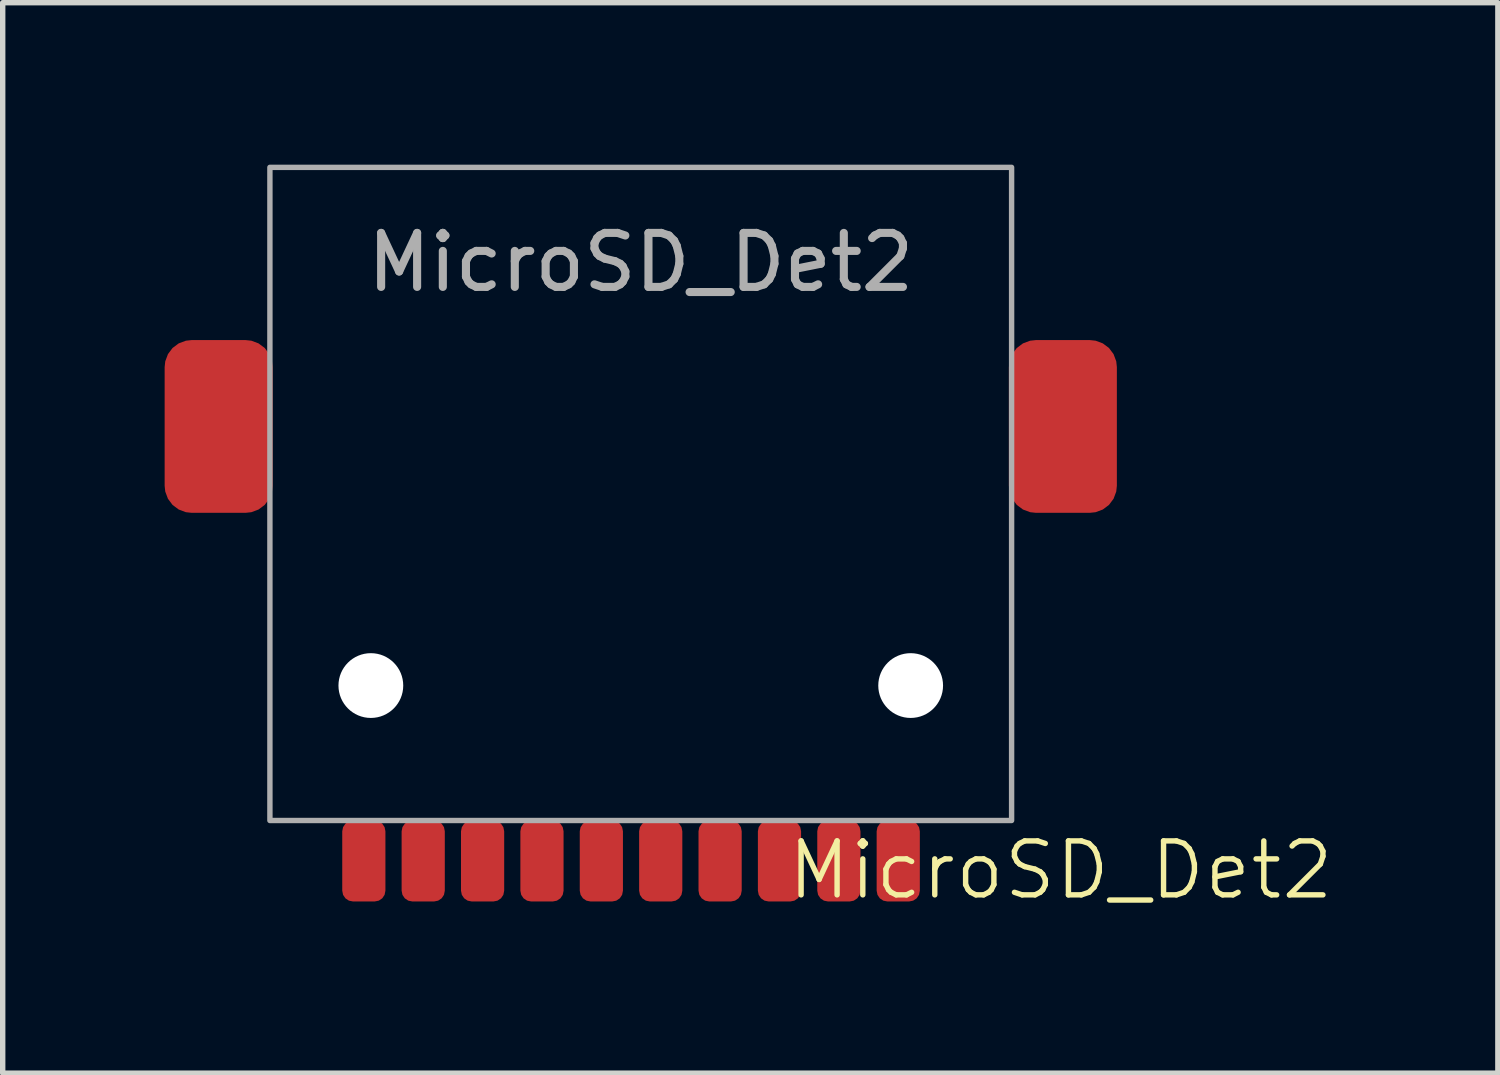
<source format=kicad_pcb>
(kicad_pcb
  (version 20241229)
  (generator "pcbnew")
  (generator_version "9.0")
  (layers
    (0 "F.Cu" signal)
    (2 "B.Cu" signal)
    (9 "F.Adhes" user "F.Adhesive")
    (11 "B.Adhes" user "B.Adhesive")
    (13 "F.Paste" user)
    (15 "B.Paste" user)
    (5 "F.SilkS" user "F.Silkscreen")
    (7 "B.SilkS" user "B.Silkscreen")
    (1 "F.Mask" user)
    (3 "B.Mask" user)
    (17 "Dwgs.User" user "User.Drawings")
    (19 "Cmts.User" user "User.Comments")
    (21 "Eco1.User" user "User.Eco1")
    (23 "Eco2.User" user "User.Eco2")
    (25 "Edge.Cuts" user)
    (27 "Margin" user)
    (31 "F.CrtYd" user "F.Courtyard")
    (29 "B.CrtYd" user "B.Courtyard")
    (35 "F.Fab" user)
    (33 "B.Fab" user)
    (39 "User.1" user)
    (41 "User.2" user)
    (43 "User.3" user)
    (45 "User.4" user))
  (footprint "MicroSD_Det2"
    (layer "F.Cu")
    (at 8.82 12.15)
    (property "Reference" "MicroSD_Det2" (at 7.78 0.92 0) (unlocked yes) (layer "F.SilkS") (effects (font (size 1 1) (thickness 0.1))))
    (attr smd)
    (fp_rect (start -6.87 -12.1) (end 6.87 0) (stroke (width 0.1) (type default)) (fill no) (layer "F.Fab"))
    (fp_text user "${REFERENCE}" (at 0 -10.34 0) (unlocked yes) (layer "F.Fab") (effects (font (size 1 1) (thickness 0.15))))
    (pad "" np_thru_hole circle (at -5 -2.5) (size 1.2 1.2) (drill 1.2) (layers "*.Cu" "*.Mask"))
    (pad "" np_thru_hole circle (at 5 -2.5) (size 1.2 1.2) (drill 1.2) (layers "*.Cu" "*.Mask"))
    (pad "1" smd roundrect (at 4.77 0.75) (size 0.8 1.5) (layers "F.Cu" "F.Mask" "F.Paste") (roundrect_rratio 0.25))
    (pad "2" smd roundrect (at 3.67 0.75) (size 0.8 1.5) (layers "F.Cu" "F.Mask" "F.Paste") (roundrect_rratio 0.25))
    (pad "3" smd roundrect (at 2.57 0.75) (size 0.8 1.5) (layers "F.Cu" "F.Mask" "F.Paste") (roundrect_rratio 0.25))
    (pad "4" smd roundrect (at 1.47 0.75) (size 0.8 1.5) (layers "F.Cu" "F.Mask" "F.Paste") (roundrect_rratio 0.25))
    (pad "5" smd roundrect (at 0.37 0.75) (size 0.8 1.5) (layers "F.Cu" "F.Mask" "F.Paste") (roundrect_rratio 0.25))
    (pad "6" smd roundrect (at -0.73 0.75) (size 0.8 1.5) (layers "F.Cu" "F.Mask" "F.Paste") (roundrect_rratio 0.25))
    (pad "7" smd roundrect (at -1.83 0.75) (size 0.8 1.5) (layers "F.Cu" "F.Mask" "F.Paste") (roundrect_rratio 0.25))
    (pad "8" smd roundrect (at -2.93 0.75) (size 0.8 1.5) (layers "F.Cu" "F.Mask" "F.Paste") (roundrect_rratio 0.25))
    (pad "9" smd roundrect (at -4.03 0.75) (size 0.8 1.5) (layers "F.Cu" "F.Mask" "F.Paste") (roundrect_rratio 0.25))
    (pad "10" smd roundrect (at -5.13 0.75) (size 0.8 1.5) (layers "F.Cu" "F.Mask" "F.Paste") (roundrect_rratio 0.25))
    (pad "SH" smd roundrect (at -7.82 -7.3) (size 2 3.2) (layers "F.Cu" "F.Mask" "F.Paste") (roundrect_rratio 0.25))
    (pad "SH" smd roundrect (at 7.82 -7.3) (size 2 3.2) (layers "F.Cu" "F.Mask" "F.Paste") (roundrect_rratio 0.25)))
  (gr_rect
    (start -3 -3)
    (end 24.698 16.831)
    (stroke (width 0.1) (type default))
    (fill no)
    (layer "Edge.Cuts")))
</source>
